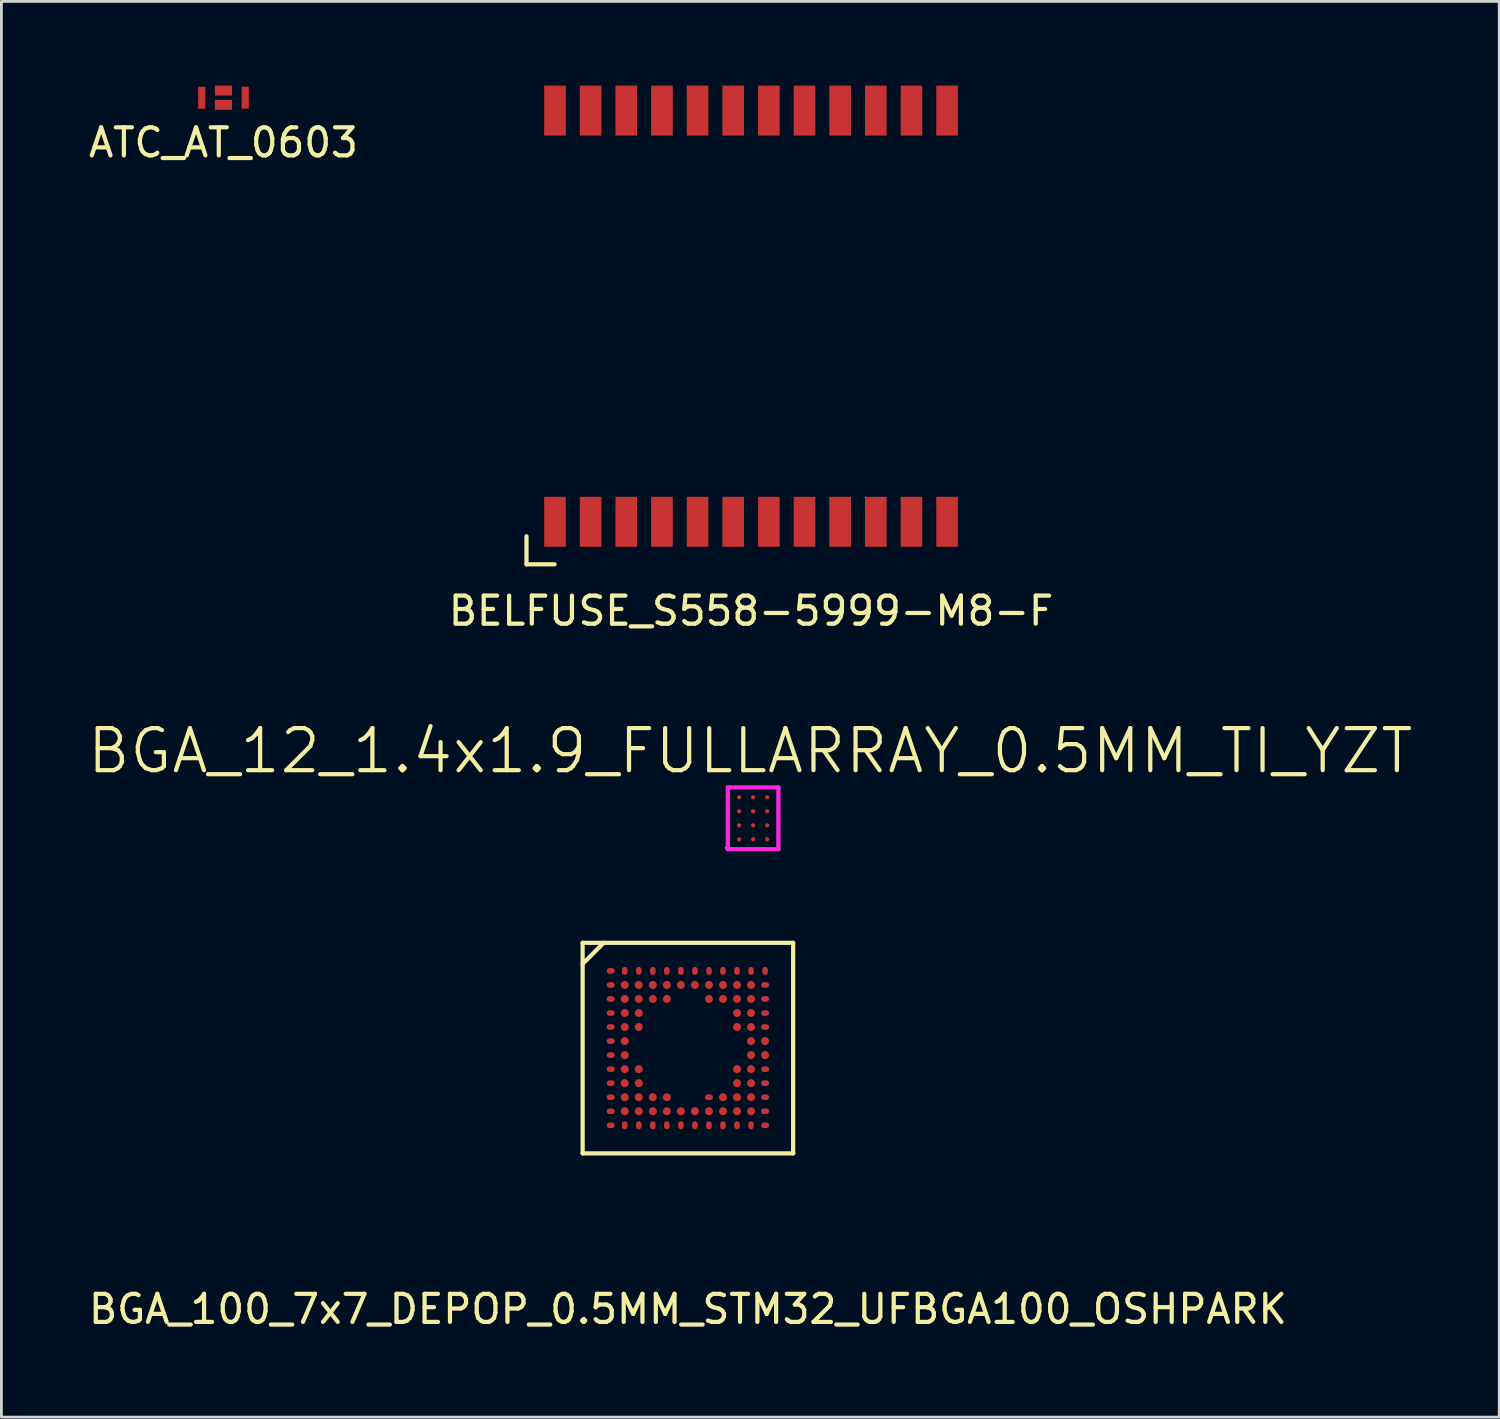
<source format=kicad_pcb>
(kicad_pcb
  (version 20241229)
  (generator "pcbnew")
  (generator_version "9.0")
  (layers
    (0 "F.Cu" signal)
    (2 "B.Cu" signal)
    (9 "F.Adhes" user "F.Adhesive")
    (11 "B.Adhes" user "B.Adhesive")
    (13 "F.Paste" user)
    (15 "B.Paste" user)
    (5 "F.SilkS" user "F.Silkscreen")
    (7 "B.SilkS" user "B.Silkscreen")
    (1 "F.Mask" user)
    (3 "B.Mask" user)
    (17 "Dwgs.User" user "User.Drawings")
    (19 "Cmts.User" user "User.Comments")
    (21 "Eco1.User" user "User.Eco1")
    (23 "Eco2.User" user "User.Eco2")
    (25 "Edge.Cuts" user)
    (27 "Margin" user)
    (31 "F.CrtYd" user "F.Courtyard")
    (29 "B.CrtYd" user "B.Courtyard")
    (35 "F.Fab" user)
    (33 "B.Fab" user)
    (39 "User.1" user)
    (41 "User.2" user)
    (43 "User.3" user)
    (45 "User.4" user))
  (footprint "BELFUSE_S558-5999-M8-F"
    (layer "F.Cu")
    (at 23.708 8.215)
    (property "Reference" "BELFUSE_S558-5999-M8-F" (at 0 10.5 0) (unlocked yes) (layer "F.SilkS") (effects (font (size 1 1) (thickness 0.15))))
    (attr smd)
    (fp_line (start -8 7.84) (end -8 8.84) (stroke (width 0.15) (type solid)) (layer "F.SilkS"))
    (fp_line (start -8 8.84) (end -7 8.84) (stroke (width 0.15) (type solid)) (layer "F.SilkS"))
    (pad "1" smd rect (at -6.985 7.325) (size 0.77 1.78) (layers "F.Cu" "F.Mask" "F.Paste"))
    (pad "2" smd rect (at -5.715 7.325) (size 0.77 1.78) (layers "F.Cu" "F.Mask" "F.Paste"))
    (pad "3" smd rect (at -4.445 7.325) (size 0.77 1.78) (layers "F.Cu" "F.Mask" "F.Paste"))
    (pad "4" smd rect (at -3.175 7.325) (size 0.77 1.78) (layers "F.Cu" "F.Mask" "F.Paste"))
    (pad "5" smd rect (at -1.905 7.325) (size 0.77 1.78) (layers "F.Cu" "F.Mask" "F.Paste"))
    (pad "6" smd rect (at -0.635 7.325) (size 0.77 1.78) (layers "F.Cu" "F.Mask" "F.Paste"))
    (pad "7" smd rect (at 0.635 7.325) (size 0.77 1.78) (layers "F.Cu" "F.Mask" "F.Paste"))
    (pad "8" smd rect (at 1.905 7.325) (size 0.77 1.78) (layers "F.Cu" "F.Mask" "F.Paste"))
    (pad "9" smd rect (at 3.175 7.325) (size 0.77 1.78) (layers "F.Cu" "F.Mask" "F.Paste"))
    (pad "10" smd rect (at 4.445 7.325) (size 0.77 1.78) (layers "F.Cu" "F.Mask" "F.Paste"))
    (pad "11" smd rect (at 5.715 7.325) (size 0.77 1.78) (layers "F.Cu" "F.Mask" "F.Paste"))
    (pad "12" smd rect (at 6.985 7.325) (size 0.77 1.78) (layers "F.Cu" "F.Mask" "F.Paste"))
    (pad "13" smd rect (at 6.985 -7.325) (size 0.77 1.78) (layers "F.Cu" "F.Mask" "F.Paste"))
    (pad "14" smd rect (at 5.715 -7.325) (size 0.77 1.78) (layers "F.Cu" "F.Mask" "F.Paste"))
    (pad "15" smd rect (at 4.445 -7.325) (size 0.77 1.78) (layers "F.Cu" "F.Mask" "F.Paste"))
    (pad "16" smd rect (at 3.175 -7.325) (size 0.77 1.78) (layers "F.Cu" "F.Mask" "F.Paste"))
    (pad "17" smd rect (at 1.905 -7.325) (size 0.77 1.78) (layers "F.Cu" "F.Mask" "F.Paste"))
    (pad "18" smd rect (at 0.635 -7.325) (size 0.77 1.78) (layers "F.Cu" "F.Mask" "F.Paste"))
    (pad "19" smd rect (at -0.635 -7.325) (size 0.77 1.78) (layers "F.Cu" "F.Mask" "F.Paste"))
    (pad "20" smd rect (at -1.905 -7.325) (size 0.77 1.78) (layers "F.Cu" "F.Mask" "F.Paste"))
    (pad "21" smd rect (at -3.175 -7.325) (size 0.77 1.78) (layers "F.Cu" "F.Mask" "F.Paste"))
    (pad "22" smd rect (at -4.445 -7.325) (size 0.77 1.78) (layers "F.Cu" "F.Mask" "F.Paste"))
    (pad "23" smd rect (at -5.715 -7.325) (size 0.77 1.78) (layers "F.Cu" "F.Mask" "F.Paste"))
    (pad "24" smd rect (at -6.985 -7.325) (size 0.77 1.78) (layers "F.Cu" "F.Mask" "F.Paste")))
  (footprint "BGA_12_1.4x1.9_FULLARRAY_0.5MM_TI_YZT"
    (layer "F.Cu")
    (at 23.782 26.104)
    (property "Reference" "BGA_12_1.4x1.9_FULLARRAY_0.5MM_TI_YZT" (at -0.1 -2.4 0) (layer "F.SilkS") (effects (font (size 1.5 1.5) (thickness 0.15))))
    (attr smd)
    (fp_line (start -0.9 -1.1) (end 0.9 -1.1) (stroke (width 0.15) (type solid)) (layer "F.CrtYd"))
    (fp_line (start -0.9 1.1) (end -0.9 -1.1) (stroke (width 0.15) (type solid)) (layer "F.CrtYd"))
    (fp_line (start 0.9 -1.1) (end 0.9 1.1) (stroke (width 0.15) (type solid)) (layer "F.CrtYd"))
    (fp_line (start 0.9 1.1) (end -0.9 1.1) (stroke (width 0.15) (type solid)) (layer "F.CrtYd"))
    (fp_text user "." (at -0.9 0.85 0) (layer "F.SilkS") (effects (font (size 0.5 0.5) (thickness 0.125))))
    (pad "A1" smd circle (at 0.5 0.75) (size 0.15 0.15) (layers "F.Cu" "F.Mask" "F.Paste"))
    (pad "A2" smd circle (at 0 0.75) (size 0.15 0.15) (layers "F.Cu" "F.Mask" "F.Paste"))
    (pad "A3" smd circle (at -0.5 0.75) (size 0.15 0.15) (layers "F.Cu" "F.Mask" "F.Paste"))
    (pad "B1" smd circle (at 0.5 0.25) (size 0.15 0.15) (layers "F.Cu" "F.Mask" "F.Paste"))
    (pad "B2" smd circle (at 0 0.25) (size 0.15 0.15) (layers "F.Cu" "F.Mask" "F.Paste"))
    (pad "B3" smd circle (at -0.5 0.25) (size 0.15 0.15) (layers "F.Cu" "F.Mask" "F.Paste"))
    (pad "C1" smd circle (at 0.5 -0.25) (size 0.15 0.15) (layers "F.Cu" "F.Mask" "F.Paste"))
    (pad "C2" smd circle (at 0 -0.25) (size 0.15 0.15) (layers "F.Cu" "F.Mask" "F.Paste"))
    (pad "C3" smd circle (at -0.5 -0.25) (size 0.15 0.15) (layers "F.Cu" "F.Mask" "F.Paste"))
    (pad "D1" smd circle (at 0.5 -0.75) (size 0.15 0.15) (layers "F.Cu" "F.Mask" "F.Paste"))
    (pad "D2" smd circle (at 0 -0.75) (size 0.15 0.15) (layers "F.Cu" "F.Mask" "F.Paste"))
    (pad "D3" smd circle (at -0.5 -0.75) (size 0.15 0.15) (layers "F.Cu" "F.Mask" "F.Paste")))
  (footprint "BGA_100_7x7_DEPOP_0.5MM_STM32_UFBGA100_OSHPARK"
    (layer "F.Cu")
    (at 21.458 34.291)
    (property "Reference" "BGA_100_7x7_DEPOP_0.5MM_STM32_UFBGA100_OSHPARK" (at 0 9.3 0) (unlocked yes) (layer "F.SilkS") (effects (font (size 1 1) (thickness 0.15))))
    (attr smd)
    (fp_line (start -3.75 -3.75) (end -3.75 3.75) (stroke (width 0.15) (type solid)) (layer "F.SilkS"))
    (fp_line (start -3.75 3.75) (end 3.75 3.75) (stroke (width 0.15) (type solid)) (layer "F.SilkS"))
    (fp_line (start -3 -3.75) (end -3.75 -3) (stroke (width 0.15) (type solid)) (layer "F.SilkS"))
    (fp_line (start 3.75 -3.75) (end -3.75 -3.75) (stroke (width 0.15) (type solid)) (layer "F.SilkS"))
    (fp_line (start 3.75 3.75) (end 3.75 -3.75) (stroke (width 0.15) (type solid)) (layer "F.SilkS"))
    (pad "A1" smd oval (at -2.75 -2.75) (size 0.285 0.2) (layers "F.Cu" "F.Mask" "F.Paste"))
    (pad "A2" smd oval (at -2.25 -2.75) (size 0.2 0.285) (layers "F.Cu" "F.Mask" "F.Paste"))
    (pad "A3" smd oval (at -1.75 -2.75) (size 0.2 0.285) (layers "F.Cu" "F.Mask" "F.Paste"))
    (pad "A4" smd oval (at -1.25 -2.75) (size 0.2 0.285) (layers "F.Cu" "F.Mask" "F.Paste"))
    (pad "A5" smd oval (at -0.75 -2.75) (size 0.2 0.285) (layers "F.Cu" "F.Mask" "F.Paste"))
    (pad "A6" smd oval (at -0.25 -2.75) (size 0.2 0.285) (layers "F.Cu" "F.Mask" "F.Paste"))
    (pad "A7" smd oval (at 0.25 -2.75) (size 0.2 0.285) (layers "F.Cu" "F.Mask" "F.Paste"))
    (pad "A8" smd oval (at 0.75 -2.75) (size 0.2 0.285) (layers "F.Cu" "F.Mask" "F.Paste"))
    (pad "A9" smd oval (at 1.25 -2.75) (size 0.2 0.285) (layers "F.Cu" "F.Mask" "F.Paste"))
    (pad "A10" smd oval (at 1.75 -2.75) (size 0.2 0.285) (layers "F.Cu" "F.Mask" "F.Paste"))
    (pad "A11" smd oval (at 2.25 -2.75) (size 0.2 0.285) (layers "F.Cu" "F.Mask" "F.Paste"))
    (pad "A12" smd oval (at 2.75 -2.75) (size 0.2 0.285) (layers "F.Cu" "F.Mask" "F.Paste"))
    (pad "B1" smd oval (at -2.75 -2.25) (size 0.285 0.2) (layers "F.Cu" "F.Mask" "F.Paste"))
    (pad "B2" smd circle (at -2.25 -2.25) (size 0.285 0.285) (layers "F.Cu" "F.Mask" "F.Paste"))
    (pad "B3" smd circle (at -1.75 -2.25) (size 0.285 0.285) (layers "F.Cu" "F.Mask" "F.Paste"))
    (pad "B4" smd circle (at -1.25 -2.25) (size 0.285 0.285) (layers "F.Cu" "F.Mask" "F.Paste"))
    (pad "B5" smd circle (at -0.75 -2.25) (size 0.285 0.285) (layers "F.Cu" "F.Mask" "F.Paste"))
    (pad "B6" smd circle (at -0.25 -2.25) (size 0.285 0.285) (layers "F.Cu" "F.Mask" "F.Paste"))
    (pad "B7" smd circle (at 0.25 -2.25) (size 0.285 0.285) (layers "F.Cu" "F.Mask" "F.Paste"))
    (pad "B8" smd circle (at 0.75 -2.25) (size 0.285 0.285) (layers "F.Cu" "F.Mask" "F.Paste"))
    (pad "B9" smd circle (at 1.25 -2.25) (size 0.285 0.285) (layers "F.Cu" "F.Mask" "F.Paste"))
    (pad "B10" smd circle (at 1.75 -2.25) (size 0.285 0.285) (layers "F.Cu" "F.Mask" "F.Paste"))
    (pad "B11" smd circle (at 2.25 -2.25) (size 0.285 0.285) (layers "F.Cu" "F.Mask" "F.Paste"))
    (pad "B12" smd oval (at 2.75 -2.25) (size 0.285 0.2) (layers "F.Cu" "F.Mask" "F.Paste"))
    (pad "C1" smd oval (at -2.75 -1.75) (size 0.285 0.2) (layers "F.Cu" "F.Mask" "F.Paste"))
    (pad "C2" smd circle (at -2.25 -1.75) (size 0.285 0.285) (layers "F.Cu" "F.Mask" "F.Paste"))
    (pad "C3" smd circle (at -1.75 -1.75) (size 0.285 0.285) (layers "F.Cu" "F.Mask" "F.Paste"))
    (pad "C4" smd circle (at -1.25 -1.75 315) (size 0.285 0.285) (layers "F.Cu" "F.Mask" "F.Paste"))
    (pad "C5" smd circle (at -0.75 -1.75) (size 0.285 0.285) (layers "F.Cu" "F.Mask" "F.Paste"))
    (pad "C8" smd circle (at 0.75 -1.75) (size 0.285 0.285) (layers "F.Cu" "F.Mask" "F.Paste"))
    (pad "C9" smd circle (at 1.25 -1.75 45) (size 0.285 0.285) (layers "F.Cu" "F.Mask" "F.Paste"))
    (pad "C10" smd circle (at 1.75 -1.75) (size 0.285 0.285) (layers "F.Cu" "F.Mask" "F.Paste"))
    (pad "C11" smd circle (at 2.25 -1.75) (size 0.285 0.285) (layers "F.Cu" "F.Mask" "F.Paste"))
    (pad "C12" smd oval (at 2.75 -1.75) (size 0.285 0.2) (layers "F.Cu" "F.Mask" "F.Paste"))
    (pad "D1" smd oval (at -2.75 -1.25) (size 0.285 0.2) (layers "F.Cu" "F.Mask" "F.Paste"))
    (pad "D2" smd circle (at -2.25 -1.25) (size 0.285 0.285) (layers "F.Cu" "F.Mask" "F.Paste"))
    (pad "D3" smd circle (at -1.75 -1.25 315) (size 0.285 0.285) (layers "F.Cu" "F.Mask" "F.Paste"))
    (pad "D10" smd circle (at 1.75 -1.25 45) (size 0.285 0.285) (layers "F.Cu" "F.Mask" "F.Paste"))
    (pad "D11" smd circle (at 2.25 -1.25) (size 0.285 0.285) (layers "F.Cu" "F.Mask" "F.Paste"))
    (pad "D12" smd oval (at 2.75 -1.25) (size 0.285 0.2) (layers "F.Cu" "F.Mask" "F.Paste"))
    (pad "E1" smd oval (at -2.75 -0.75) (size 0.285 0.2) (layers "F.Cu" "F.Mask" "F.Paste"))
    (pad "E2" smd circle (at -2.25 -0.75) (size 0.285 0.285) (layers "F.Cu" "F.Mask" "F.Paste"))
    (pad "E3" smd circle (at -1.75 -0.75 90) (size 0.285 0.285) (layers "F.Cu" "F.Mask" "F.Paste"))
    (pad "E10" smd circle (at 1.75 -0.75) (size 0.285 0.285) (layers "F.Cu" "F.Mask" "F.Paste"))
    (pad "E11" smd circle (at 2.25 -0.75) (size 0.285 0.285) (layers "F.Cu" "F.Mask" "F.Paste"))
    (pad "E12" smd oval (at 2.75 -0.75) (size 0.285 0.2) (layers "F.Cu" "F.Mask" "F.Paste"))
    (pad "F1" smd oval (at -2.75 -0.25) (size 0.285 0.2) (layers "F.Cu" "F.Mask" "F.Paste"))
    (pad "F2" smd circle (at -2.25 -0.25) (size 0.285 0.285) (layers "F.Cu" "F.Mask" "F.Paste"))
    (pad "F11" smd circle (at 2.25 -0.25) (size 0.285 0.285) (layers "F.Cu" "F.Mask" "F.Paste"))
    (pad "F12" smd circle (at 2.75 -0.25) (size 0.285 0.285) (layers "F.Cu" "F.Mask" "F.Paste"))
    (pad "G1" smd oval (at -2.75 0.25) (size 0.285 0.2) (layers "F.Cu" "F.Mask" "F.Paste"))
    (pad "G2" smd circle (at -2.25 0.25) (size 0.285 0.285) (layers "F.Cu" "F.Mask" "F.Paste"))
    (pad "G11" smd circle (at 2.25 0.25) (size 0.285 0.285) (layers "F.Cu" "F.Mask" "F.Paste"))
    (pad "G12" smd circle (at 2.75 0.25) (size 0.285 0.285) (layers "F.Cu" "F.Mask" "F.Paste"))
    (pad "H1" smd oval (at -2.75 0.75) (size 0.285 0.2) (layers "F.Cu" "F.Mask" "F.Paste"))
    (pad "H2" smd circle (at -2.25 0.75) (size 0.285 0.285) (layers "F.Cu" "F.Mask" "F.Paste"))
    (pad "H3" smd circle (at -1.75 0.75) (size 0.285 0.285) (layers "F.Cu" "F.Mask" "F.Paste"))
    (pad "H10" smd circle (at 1.75 0.75 90) (size 0.285 0.285) (layers "F.Cu" "F.Mask" "F.Paste"))
    (pad "H11" smd circle (at 2.25 0.75) (size 0.285 0.285) (layers "F.Cu" "F.Mask" "F.Paste"))
    (pad "H12" smd oval (at 2.75 0.75) (size 0.285 0.2) (layers "F.Cu" "F.Mask" "F.Paste"))
    (pad "J1" smd oval (at -2.75 1.25) (size 0.285 0.2) (layers "F.Cu" "F.Mask" "F.Paste"))
    (pad "J2" smd circle (at -2.25 1.25) (size 0.285 0.285) (layers "F.Cu" "F.Mask" "F.Paste"))
    (pad "J3" smd circle (at -1.75 1.25) (size 0.285 0.285) (layers "F.Cu" "F.Mask" "F.Paste"))
    (pad "J10" smd circle (at 1.75 1.25) (size 0.285 0.285) (layers "F.Cu" "F.Mask" "F.Paste"))
    (pad "J11" smd circle (at 2.25 1.25) (size 0.285 0.285) (layers "F.Cu" "F.Mask" "F.Paste"))
    (pad "J12" smd oval (at 2.75 1.25) (size 0.285 0.2) (layers "F.Cu" "F.Mask" "F.Paste"))
    (pad "K1" smd oval (at -2.75 1.75) (size 0.285 0.2) (layers "F.Cu" "F.Mask" "F.Paste"))
    (pad "K2" smd circle (at -2.25 1.75) (size 0.285 0.285) (layers "F.Cu" "F.Mask" "F.Paste"))
    (pad "K3" smd circle (at -1.75 1.75) (size 0.285 0.285) (layers "F.Cu" "F.Mask" "F.Paste"))
    (pad "K4" smd circle (at -1.25 1.75) (size 0.285 0.285) (layers "F.Cu" "F.Mask" "F.Paste"))
    (pad "K5" smd circle (at -0.75 1.75) (size 0.285 0.285) (layers "F.Cu" "F.Mask" "F.Paste"))
    (pad "K8" smd oval (at 0.75 1.75) (size 0.285 0.2) (layers "F.Cu" "F.Mask" "F.Paste"))
    (pad "K9" smd circle (at 1.25 1.75) (size 0.285 0.285) (layers "F.Cu" "F.Mask" "F.Paste"))
    (pad "K10" smd circle (at 1.75 1.75) (size 0.285 0.285) (layers "F.Cu" "F.Mask" "F.Paste"))
    (pad "K11" smd circle (at 2.25 1.75) (size 0.285 0.285) (layers "F.Cu" "F.Mask" "F.Paste"))
    (pad "K12" smd oval (at 2.75 1.75) (size 0.285 0.2) (layers "F.Cu" "F.Mask" "F.Paste"))
    (pad "L1" smd oval (at -2.75 2.25) (size 0.285 0.2) (layers "F.Cu" "F.Mask" "F.Paste"))
    (pad "L2" smd circle (at -2.25 2.25) (size 0.285 0.285) (layers "F.Cu" "F.Mask" "F.Paste"))
    (pad "L3" smd circle (at -1.75 2.25) (size 0.285 0.285) (layers "F.Cu" "F.Mask" "F.Paste"))
    (pad "L4" smd circle (at -1.25 2.25) (size 0.285 0.285) (layers "F.Cu" "F.Mask" "F.Paste"))
    (pad "L5" smd circle (at -0.75 2.25) (size 0.285 0.285) (layers "F.Cu" "F.Mask" "F.Paste"))
    (pad "L6" smd circle (at -0.25 2.25) (size 0.285 0.285) (layers "F.Cu" "F.Mask" "F.Paste"))
    (pad "L7" smd circle (at 0.25 2.25) (size 0.285 0.285) (layers "F.Cu" "F.Mask" "F.Paste"))
    (pad "L8" smd circle (at 0.75 2.25) (size 0.285 0.285) (layers "F.Cu" "F.Mask" "F.Paste"))
    (pad "L9" smd circle (at 1.25 2.25) (size 0.285 0.285) (layers "F.Cu" "F.Mask" "F.Paste"))
    (pad "L10" smd circle (at 1.75 2.25) (size 0.285 0.285) (layers "F.Cu" "F.Mask" "F.Paste"))
    (pad "L11" smd circle (at 2.25 2.25) (size 0.285 0.285) (layers "F.Cu" "F.Mask" "F.Paste"))
    (pad "L12" smd oval (at 2.75 2.25) (size 0.285 0.2) (layers "F.Cu" "F.Mask" "F.Paste"))
    (pad "M1" smd oval (at -2.75 2.75) (size 0.285 0.2) (layers "F.Cu" "F.Mask" "F.Paste"))
    (pad "M2" smd oval (at -2.25 2.75) (size 0.2 0.285) (layers "F.Cu" "F.Mask" "F.Paste"))
    (pad "M3" smd oval (at -1.75 2.75) (size 0.2 0.285) (layers "F.Cu" "F.Mask" "F.Paste"))
    (pad "M4" smd oval (at -1.25 2.75) (size 0.2 0.285) (layers "F.Cu" "F.Mask" "F.Paste"))
    (pad "M5" smd oval (at -0.75 2.75) (size 0.2 0.285) (layers "F.Cu" "F.Mask" "F.Paste"))
    (pad "M6" smd oval (at -0.25 2.75) (size 0.2 0.285) (layers "F.Cu" "F.Mask" "F.Paste"))
    (pad "M7" smd oval (at 0.25 2.75) (size 0.2 0.285) (layers "F.Cu" "F.Mask" "F.Paste"))
    (pad "M8" smd oval (at 0.75 2.75) (size 0.2 0.285) (layers "F.Cu" "F.Mask" "F.Paste"))
    (pad "M9" smd oval (at 1.25 2.75) (size 0.2 0.285) (layers "F.Cu" "F.Mask" "F.Paste"))
    (pad "M10" smd oval (at 1.75 2.75) (size 0.2 0.285) (layers "F.Cu" "F.Mask" "F.Paste"))
    (pad "M11" smd oval (at 2.25 2.75) (size 0.2 0.285) (layers "F.Cu" "F.Mask" "F.Paste"))
    (pad "M12" smd oval (at 2.75 2.75) (size 0.285 0.2) (layers "F.Cu" "F.Mask" "F.Paste")))
  (footprint "ATC_AT_0603"
    (layer "F.Cu")
    (at 4.911 0.431)
    (property "Reference" "ATC_AT_0603" (at 0 1.6 0) (layer "F.SilkS") (effects (font (size 1 1) (thickness 0.15))))
    (attr smd)
    (pad "1" smd rect (at -0.775 0) (size 0.254 0.787) (layers "F.Cu" "F.Mask" "F.Paste"))
    (pad "2" smd rect (at 0.775 0) (size 0.254 0.787) (layers "F.Cu" "F.Mask" "F.Paste"))
    (pad "3" smd rect (at 0 -0.254) (size 0.61 0.355) (layers "F.Cu" "F.Mask" "F.Paste"))
    (pad "3" smd rect (at 0 0.254) (size 0.61 0.355) (layers "F.Cu" "F.Mask" "F.Paste")))
  (gr_rect
    (start -3 -3)
    (end 50.364 47.439)
    (stroke (width 0.1) (type default))
    (fill no)
    (layer "Edge.Cuts")))
</source>
